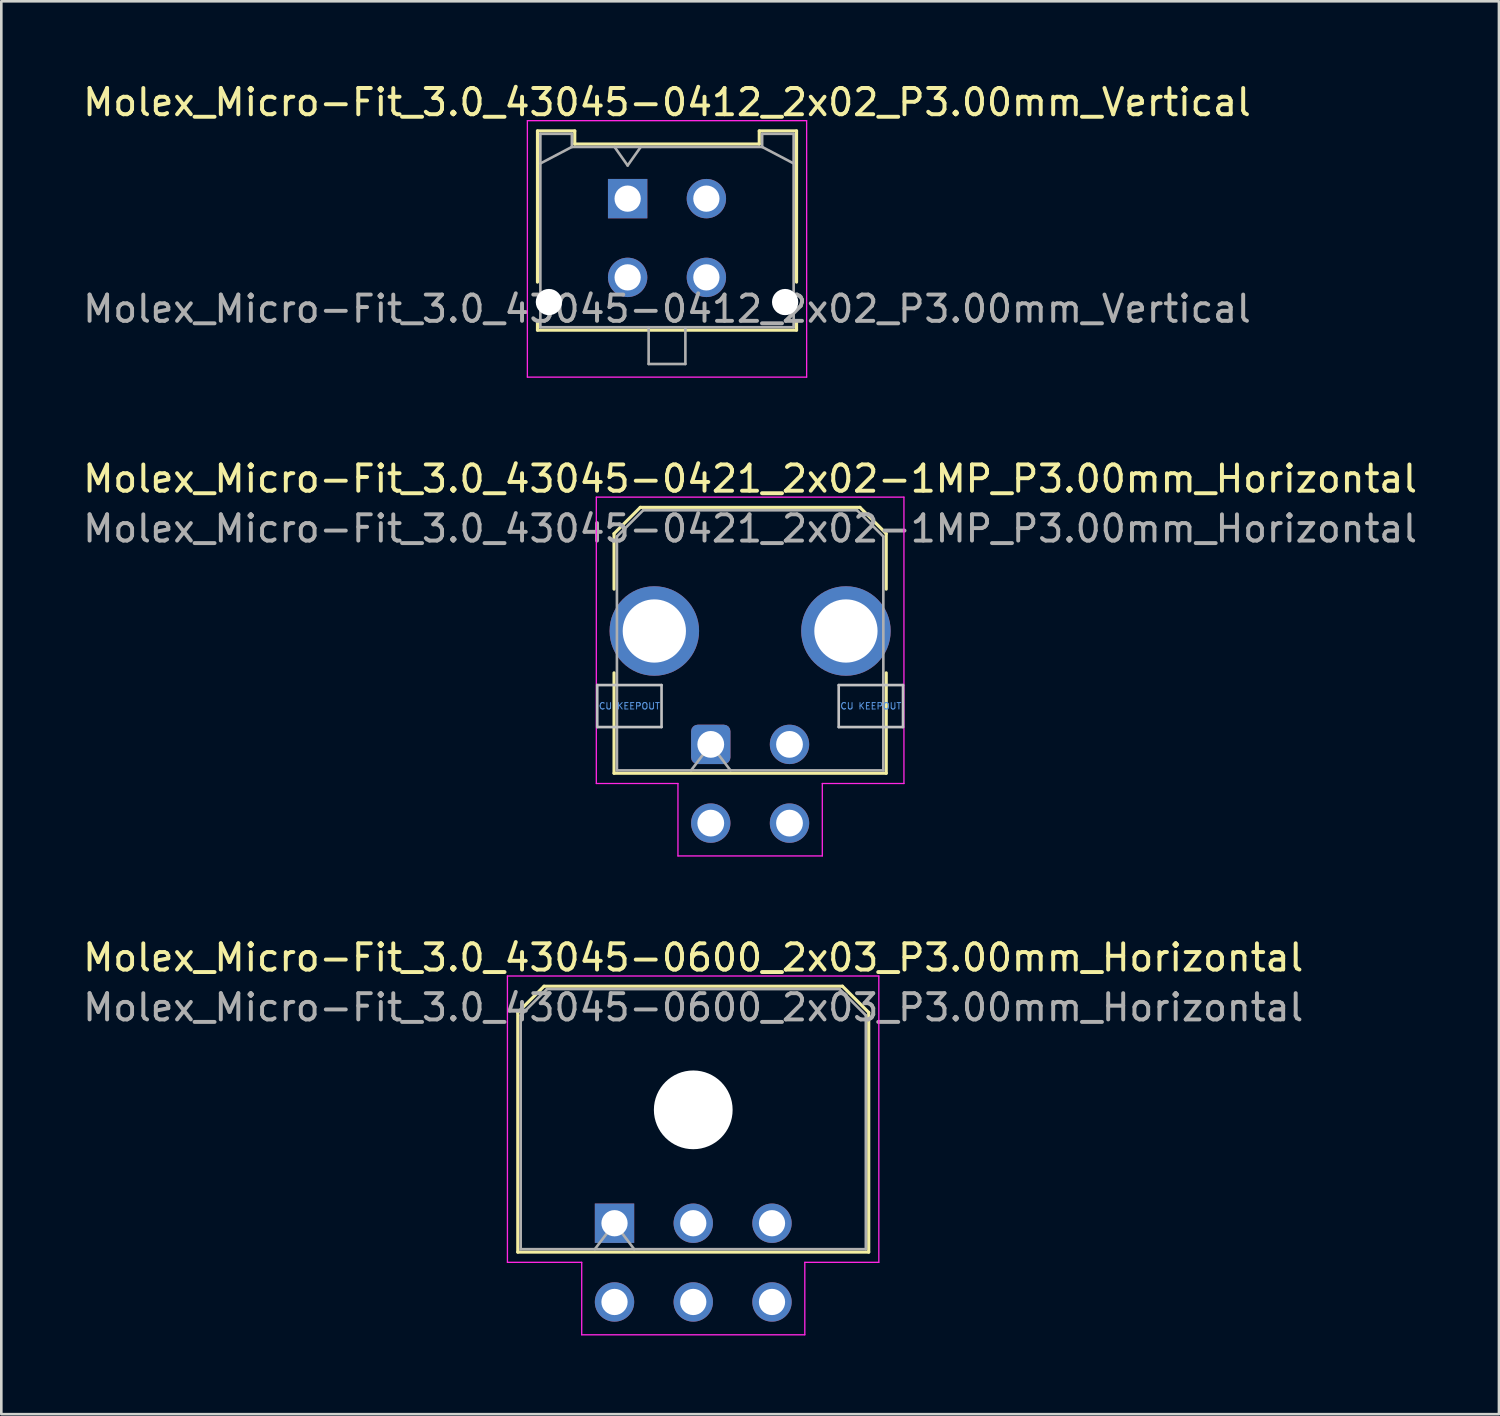
<source format=kicad_pcb>
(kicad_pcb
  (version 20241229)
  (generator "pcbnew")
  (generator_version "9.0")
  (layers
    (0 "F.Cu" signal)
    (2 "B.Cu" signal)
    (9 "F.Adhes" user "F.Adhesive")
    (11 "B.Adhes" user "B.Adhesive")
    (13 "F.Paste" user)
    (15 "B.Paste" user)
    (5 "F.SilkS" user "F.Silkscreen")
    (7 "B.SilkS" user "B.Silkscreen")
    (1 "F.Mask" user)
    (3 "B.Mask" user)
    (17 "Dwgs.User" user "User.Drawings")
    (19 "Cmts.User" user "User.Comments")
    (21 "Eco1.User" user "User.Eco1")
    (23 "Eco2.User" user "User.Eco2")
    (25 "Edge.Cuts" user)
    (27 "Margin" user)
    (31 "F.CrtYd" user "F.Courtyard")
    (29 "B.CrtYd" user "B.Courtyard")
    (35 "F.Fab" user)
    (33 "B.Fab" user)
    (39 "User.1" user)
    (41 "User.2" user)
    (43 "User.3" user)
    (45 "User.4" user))
  (footprint "Molex_Micro-Fit_3.0_43045-0421_2x02-1MP_P3.00mm_Horizontal"
    (layer "F.Cu")
    (at 24.03 25.311)
    (property "Reference" "Molex_Micro-Fit_3.0_43045-0421_2x02-1MP_P3.00mm_Horizontal" (at 1.5 -10.12 0) (layer "F.SilkS") (effects (font (size 1 1) (thickness 0.15))))
    (attr through_hole)
    (fp_line (start -3.685 -8.03) (end -2.685 -9.03) (stroke (width 0.12) (type solid)) (layer "F.SilkS"))
    (fp_line (start -3.685 -5.915) (end -3.685 -8.03) (stroke (width 0.12) (type solid)) (layer "F.SilkS"))
    (fp_line (start -3.685 -2.725) (end -3.685 1.1) (stroke (width 0.12) (type solid)) (layer "F.SilkS"))
    (fp_line (start -3.685 1.1) (end 6.685 1.1) (stroke (width 0.12) (type solid)) (layer "F.SilkS"))
    (fp_line (start -2.685 -9.03) (end 5.685 -9.03) (stroke (width 0.12) (type solid)) (layer "F.SilkS"))
    (fp_line (start 5.685 -9.03) (end 6.685 -8.03) (stroke (width 0.12) (type solid)) (layer "F.SilkS"))
    (fp_line (start 6.685 -8.03) (end 6.685 -5.915) (stroke (width 0.12) (type solid)) (layer "F.SilkS"))
    (fp_line (start 6.685 1.1) (end 6.685 -2.725) (stroke (width 0.12) (type solid)) (layer "F.SilkS"))
    (fp_line (start -4.325 -2.26) (end -4.325 -0.66) (stroke (width 0.1) (type solid)) (layer "Dwgs.User"))
    (fp_line (start -4.325 -0.66) (end -1.875 -0.66) (stroke (width 0.1) (type solid)) (layer "Dwgs.User"))
    (fp_line (start -1.875 -2.26) (end -4.325 -2.26) (stroke (width 0.1) (type solid)) (layer "Dwgs.User"))
    (fp_line (start -1.875 -0.66) (end -1.875 -2.26) (stroke (width 0.1) (type solid)) (layer "Dwgs.User"))
    (fp_line (start 4.875 -2.26) (end 4.875 -0.66) (stroke (width 0.1) (type solid)) (layer "Dwgs.User"))
    (fp_line (start 4.875 -0.66) (end 7.325 -0.66) (stroke (width 0.1) (type solid)) (layer "Dwgs.User"))
    (fp_line (start 7.325 -2.26) (end 4.875 -2.26) (stroke (width 0.1) (type solid)) (layer "Dwgs.User"))
    (fp_line (start 7.325 -0.66) (end 7.325 -2.26) (stroke (width 0.1) (type solid)) (layer "Dwgs.User"))
    (fp_line (start -4.36 -9.42) (end 7.36 -9.42) (stroke (width 0.05) (type solid)) (layer "F.CrtYd"))
    (fp_line (start -4.36 1.49) (end -4.36 -9.42) (stroke (width 0.05) (type solid)) (layer "F.CrtYd"))
    (fp_line (start -1.25 1.49) (end -4.36 1.49) (stroke (width 0.05) (type solid)) (layer "F.CrtYd"))
    (fp_line (start -1.25 4.25) (end -1.25 1.49) (stroke (width 0.05) (type solid)) (layer "F.CrtYd"))
    (fp_line (start 4.25 1.49) (end 4.25 4.25) (stroke (width 0.05) (type solid)) (layer "F.CrtYd"))
    (fp_line (start 4.25 4.25) (end -1.25 4.25) (stroke (width 0.05) (type solid)) (layer "F.CrtYd"))
    (fp_line (start 7.36 -9.42) (end 7.36 1.49) (stroke (width 0.05) (type solid)) (layer "F.CrtYd"))
    (fp_line (start 7.36 1.49) (end 4.25 1.49) (stroke (width 0.05) (type solid)) (layer "F.CrtYd"))
    (fp_line (start -3.575 -7.92) (end -2.575 -8.92) (stroke (width 0.1) (type solid)) (layer "F.Fab"))
    (fp_line (start -3.575 0.99) (end -3.575 -7.92) (stroke (width 0.1) (type solid)) (layer "F.Fab"))
    (fp_line (start -2.575 -8.92) (end 5.575 -8.92) (stroke (width 0.1) (type solid)) (layer "F.Fab"))
    (fp_line (start -0.75 0.99) (end 0 0) (stroke (width 0.1) (type solid)) (layer "F.Fab"))
    (fp_line (start 0 0) (end 0.75 0.99) (stroke (width 0.1) (type solid)) (layer "F.Fab"))
    (fp_line (start 5.575 -8.92) (end 6.575 -7.92) (stroke (width 0.1) (type solid)) (layer "F.Fab"))
    (fp_line (start 6.575 -7.92) (end 6.575 0.99) (stroke (width 0.1) (type solid)) (layer "F.Fab"))
    (fp_line (start 6.575 0.99) (end -3.575 0.99) (stroke (width 0.1) (type solid)) (layer "F.Fab"))
    (fp_text user "CU KEEPOUT" (at 6.1 -1.46 0) (layer "Cmts.User") (effects (font (size 0.245 0.245) (thickness 0.037))))
    (fp_text user "CU KEEPOUT" (at -3.1 -1.46 0) (layer "Cmts.User") (effects (font (size 0.245 0.245) (thickness 0.037))))
    (fp_text user "${REFERENCE}" (at 1.5 -8.22 0) (layer "F.Fab") (effects (font (size 1 1) (thickness 0.15))))
    (pad "1" thru_hole roundrect (at 0 0) (size 1.5 1.5) (drill 1.02) (layers "*.Cu" "*.Mask") (roundrect_rratio 0.167))
    (pad "2" thru_hole circle (at 3 0) (size 1.5 1.5) (drill 1.02) (layers "*.Cu" "*.Mask"))
    (pad "3" thru_hole circle (at 0 3) (size 1.5 1.5) (drill 1.02) (layers "*.Cu" "*.Mask"))
    (pad "4" thru_hole circle (at 3 3) (size 1.5 1.5) (drill 1.02) (layers "*.Cu" "*.Mask"))
    (pad "MP" thru_hole circle (at -2.15 -4.32) (size 3.41 3.41) (drill 2.41) (layers "*.Cu" "*.Mask"))
    (pad "MP" thru_hole circle (at 5.15 -4.32) (size 3.41 3.41) (drill 2.41) (layers "*.Cu" "*.Mask")))
  (footprint "Molex_Micro-Fit_3.0_43045-0412_2x02_P3.00mm_Vertical"
    (layer "F.Cu")
    (at 20.863 4.518)
    (property "Reference" "Molex_Micro-Fit_3.0_43045-0412_2x02_P3.00mm_Vertical" (at 1.5 -3.67 0) (layer "F.SilkS") (effects (font (size 1 1) (thickness 0.15))))
    (attr through_hole)
    (fp_line (start -3.435 -2.58) (end -2.015 -2.58) (stroke (width 0.12) (type solid)) (layer "F.SilkS"))
    (fp_line (start -3.435 3.18) (end -3.435 -2.58) (stroke (width 0.12) (type solid)) (layer "F.SilkS"))
    (fp_line (start -3.435 4.7) (end -3.435 5.01) (stroke (width 0.12) (type solid)) (layer "F.SilkS"))
    (fp_line (start -3.435 5.01) (end 6.435 5.01) (stroke (width 0.12) (type solid)) (layer "F.SilkS"))
    (fp_line (start -2.015 -2.58) (end -2.015 -2.08) (stroke (width 0.12) (type solid)) (layer "F.SilkS"))
    (fp_line (start -2.015 -2.08) (end 5.015 -2.08) (stroke (width 0.12) (type solid)) (layer "F.SilkS"))
    (fp_line (start 5.015 -2.58) (end 6.435 -2.58) (stroke (width 0.12) (type solid)) (layer "F.SilkS"))
    (fp_line (start 5.015 -2.08) (end 5.015 -2.58) (stroke (width 0.12) (type solid)) (layer "F.SilkS"))
    (fp_line (start 6.435 -2.58) (end 6.435 3.18) (stroke (width 0.12) (type solid)) (layer "F.SilkS"))
    (fp_line (start 6.435 5.01) (end 6.435 4.7) (stroke (width 0.12) (type solid)) (layer "F.SilkS"))
    (fp_line (start -3.82 -2.97) (end 6.82 -2.97) (stroke (width 0.05) (type solid)) (layer "F.CrtYd"))
    (fp_line (start -3.82 6.8) (end -3.82 -2.97) (stroke (width 0.05) (type solid)) (layer "F.CrtYd"))
    (fp_line (start 6.82 -2.97) (end 6.82 6.8) (stroke (width 0.05) (type solid)) (layer "F.CrtYd"))
    (fp_line (start 6.82 6.8) (end -3.82 6.8) (stroke (width 0.05) (type solid)) (layer "F.CrtYd"))
    (fp_line (start -3.325 -2.47) (end -3.325 4.9) (stroke (width 0.1) (type solid)) (layer "F.Fab"))
    (fp_line (start -3.325 -1.34) (end -2.125 -1.97) (stroke (width 0.1) (type solid)) (layer "F.Fab"))
    (fp_line (start -3.325 4.9) (end 6.325 4.9) (stroke (width 0.1) (type solid)) (layer "F.Fab"))
    (fp_line (start -2.125 -2.47) (end -3.325 -2.47) (stroke (width 0.1) (type solid)) (layer "F.Fab"))
    (fp_line (start -2.125 -1.97) (end -2.125 -2.47) (stroke (width 0.1) (type solid)) (layer "F.Fab"))
    (fp_line (start -0.5 -1.97) (end 0 -1.263) (stroke (width 0.1) (type solid)) (layer "F.Fab"))
    (fp_line (start 0 -1.263) (end 0.5 -1.97) (stroke (width 0.1) (type solid)) (layer "F.Fab"))
    (fp_line (start 0.8 4.9) (end 0.8 6.3) (stroke (width 0.1) (type solid)) (layer "F.Fab"))
    (fp_line (start 0.8 6.3) (end 2.2 6.3) (stroke (width 0.1) (type solid)) (layer "F.Fab"))
    (fp_line (start 2.2 6.3) (end 2.2 4.9) (stroke (width 0.1) (type solid)) (layer "F.Fab"))
    (fp_line (start 5.125 -2.47) (end 5.125 -1.97) (stroke (width 0.1) (type solid)) (layer "F.Fab"))
    (fp_line (start 5.125 -1.97) (end -2.125 -1.97) (stroke (width 0.1) (type solid)) (layer "F.Fab"))
    (fp_line (start 6.325 -2.47) (end 5.125 -2.47) (stroke (width 0.1) (type solid)) (layer "F.Fab"))
    (fp_line (start 6.325 -1.34) (end 5.125 -1.97) (stroke (width 0.1) (type solid)) (layer "F.Fab"))
    (fp_line (start 6.325 4.9) (end 6.325 -2.47) (stroke (width 0.1) (type solid)) (layer "F.Fab"))
    (fp_text user "${REFERENCE}" (at 1.5 4.2 0) (layer "F.Fab") (effects (font (size 1 1) (thickness 0.15))))
    (pad "" np_thru_hole circle (at -3 3.94) (size 1 1) (drill 1) (layers "*.Cu" "*.Mask"))
    (pad "" np_thru_hole circle (at 6 3.94) (size 1 1) (drill 1) (layers "*.Cu" "*.Mask"))
    (pad "1" thru_hole rect (at 0 0) (size 1.5 1.5) (drill 1) (layers "*.Cu" "*.Mask"))
    (pad "2" thru_hole circle (at 3 0) (size 1.5 1.5) (drill 1) (layers "*.Cu" "*.Mask"))
    (pad "3" thru_hole circle (at 0 3) (size 1.5 1.5) (drill 1) (layers "*.Cu" "*.Mask"))
    (pad "4" thru_hole circle (at 3 3) (size 1.5 1.5) (drill 1) (layers "*.Cu" "*.Mask")))
  (footprint "Molex_Micro-Fit_3.0_43045-0600_2x03_P3.00mm_Horizontal"
    (layer "F.Cu")
    (at 20.363 43.555)
    (property "Reference" "Molex_Micro-Fit_3.0_43045-0600_2x03_P3.00mm_Horizontal" (at 3 -10.12 0) (layer "F.SilkS") (effects (font (size 1 1) (thickness 0.15))))
    (attr through_hole)
    (fp_line (start -3.685 -8.03) (end -2.685 -9.03) (stroke (width 0.12) (type solid)) (layer "F.SilkS"))
    (fp_line (start -3.685 1.1) (end -3.685 -8.03) (stroke (width 0.12) (type solid)) (layer "F.SilkS"))
    (fp_line (start -2.685 -9.03) (end 8.685 -9.03) (stroke (width 0.12) (type solid)) (layer "F.SilkS"))
    (fp_line (start 8.685 -9.03) (end 9.685 -8.03) (stroke (width 0.12) (type solid)) (layer "F.SilkS"))
    (fp_line (start 9.685 -8.03) (end 9.685 1.1) (stroke (width 0.12) (type solid)) (layer "F.SilkS"))
    (fp_line (start 9.685 1.1) (end -3.685 1.1) (stroke (width 0.12) (type solid)) (layer "F.SilkS"))
    (fp_line (start -4.08 -9.42) (end 10.07 -9.42) (stroke (width 0.05) (type solid)) (layer "F.CrtYd"))
    (fp_line (start -4.08 1.49) (end -4.08 -9.42) (stroke (width 0.05) (type solid)) (layer "F.CrtYd"))
    (fp_line (start -1.25 1.49) (end -4.08 1.49) (stroke (width 0.05) (type solid)) (layer "F.CrtYd"))
    (fp_line (start -1.25 4.25) (end -1.25 1.49) (stroke (width 0.05) (type solid)) (layer "F.CrtYd"))
    (fp_line (start 7.25 1.49) (end 7.25 4.25) (stroke (width 0.05) (type solid)) (layer "F.CrtYd"))
    (fp_line (start 7.25 4.25) (end -1.25 4.25) (stroke (width 0.05) (type solid)) (layer "F.CrtYd"))
    (fp_line (start 10.07 -9.42) (end 10.07 1.49) (stroke (width 0.05) (type solid)) (layer "F.CrtYd"))
    (fp_line (start 10.07 1.49) (end 7.25 1.49) (stroke (width 0.05) (type solid)) (layer "F.CrtYd"))
    (fp_line (start -3.575 -7.92) (end -2.575 -8.92) (stroke (width 0.1) (type solid)) (layer "F.Fab"))
    (fp_line (start -3.575 0.99) (end -3.575 -7.92) (stroke (width 0.1) (type solid)) (layer "F.Fab"))
    (fp_line (start -2.575 -8.92) (end 8.575 -8.92) (stroke (width 0.1) (type solid)) (layer "F.Fab"))
    (fp_line (start -0.75 0.99) (end 0 0) (stroke (width 0.1) (type solid)) (layer "F.Fab"))
    (fp_line (start 0 0) (end 0.75 0.99) (stroke (width 0.1) (type solid)) (layer "F.Fab"))
    (fp_line (start 8.575 -8.92) (end 9.575 -7.92) (stroke (width 0.1) (type solid)) (layer "F.Fab"))
    (fp_line (start 9.575 -7.92) (end 9.575 0.99) (stroke (width 0.1) (type solid)) (layer "F.Fab"))
    (fp_line (start 9.575 0.99) (end -3.575 0.99) (stroke (width 0.1) (type solid)) (layer "F.Fab"))
    (fp_text user "${REFERENCE}" (at 3 -8.22 0) (layer "F.Fab") (effects (font (size 1 1) (thickness 0.15))))
    (pad "" np_thru_hole circle (at 3 -4.32) (size 3 3) (drill 3) (layers "*.Cu" "*.Mask"))
    (pad "1" thru_hole rect (at 0 0) (size 1.5 1.5) (drill 1) (layers "*.Cu" "*.Mask"))
    (pad "2" thru_hole circle (at 3 0) (size 1.5 1.5) (drill 1) (layers "*.Cu" "*.Mask"))
    (pad "3" thru_hole circle (at 6 0) (size 1.5 1.5) (drill 1) (layers "*.Cu" "*.Mask"))
    (pad "4" thru_hole circle (at 0 3) (size 1.5 1.5) (drill 1) (layers "*.Cu" "*.Mask"))
    (pad "5" thru_hole circle (at 3 3) (size 1.5 1.5) (drill 1) (layers "*.Cu" "*.Mask"))
    (pad "6" thru_hole circle (at 6 3) (size 1.5 1.5) (drill 1) (layers "*.Cu" "*.Mask")))
  (gr_rect
    (start -3 -3)
    (end 54.06 50.83)
    (stroke (width 0.1) (type default))
    (fill no)
    (layer "Edge.Cuts")))
</source>
